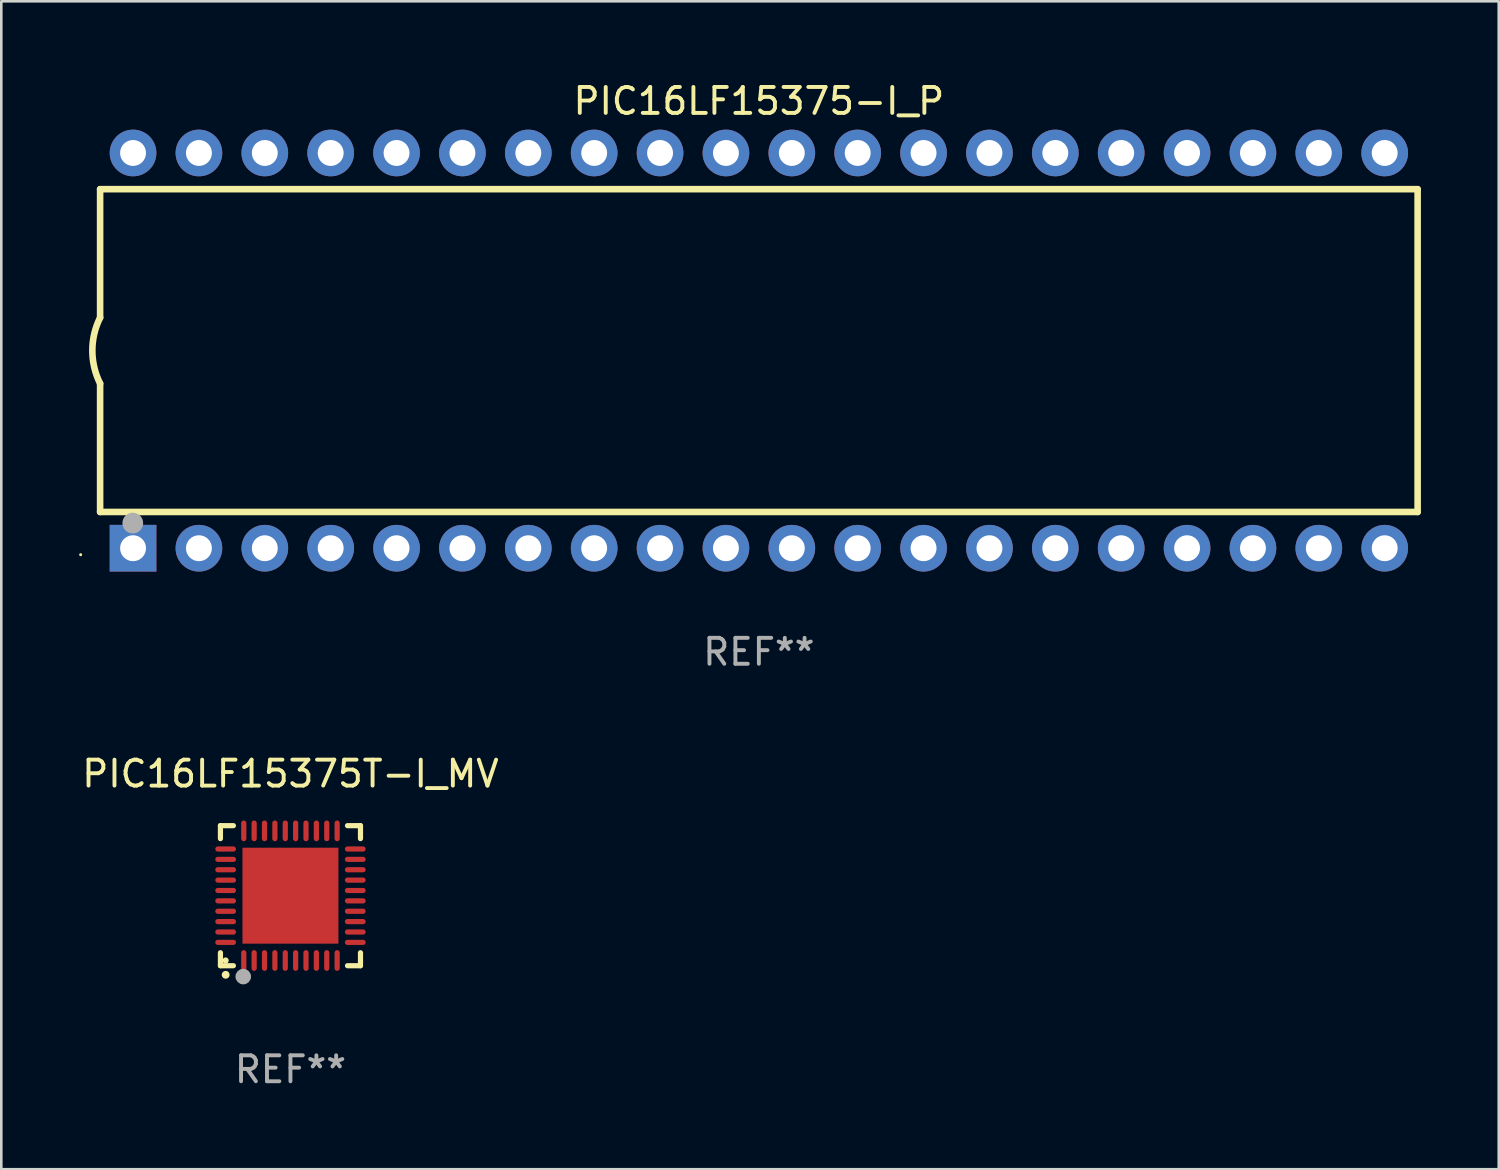
<source format=kicad_pcb>
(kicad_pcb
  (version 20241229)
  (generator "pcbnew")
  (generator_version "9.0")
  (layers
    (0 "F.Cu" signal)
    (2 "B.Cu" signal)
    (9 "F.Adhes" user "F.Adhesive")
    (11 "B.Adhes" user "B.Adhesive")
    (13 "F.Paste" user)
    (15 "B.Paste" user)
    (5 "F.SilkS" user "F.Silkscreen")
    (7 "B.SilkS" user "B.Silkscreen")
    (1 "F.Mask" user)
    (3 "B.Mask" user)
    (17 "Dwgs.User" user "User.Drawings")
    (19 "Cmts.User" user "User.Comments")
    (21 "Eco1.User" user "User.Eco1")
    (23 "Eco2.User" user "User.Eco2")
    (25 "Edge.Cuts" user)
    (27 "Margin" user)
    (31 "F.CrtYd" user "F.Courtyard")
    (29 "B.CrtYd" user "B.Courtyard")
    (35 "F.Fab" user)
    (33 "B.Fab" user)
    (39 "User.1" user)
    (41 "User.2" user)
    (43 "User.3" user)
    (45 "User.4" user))
  (footprint "PIC16LF15375-I_P"
    (layer "F.Cu")
    (at 26.21 10.468)
    (property "Reference" "PIC16LF15375-I_P" (at 0 -9.62 0) (layer "F.SilkS") (effects (font (size 1 1) (thickness 0.15))))
    (attr through_hole)
    (fp_line (start -25.4 -6.224) (end -25.4 -1.271) (stroke (width 0.254) (type solid)) (layer "F.SilkS"))
    (fp_line (start -25.4 -6.224) (end 25.4 -6.224) (stroke (width 0.254) (type solid)) (layer "F.SilkS"))
    (fp_line (start -25.4 1.269) (end -25.4 6.222) (stroke (width 0.254) (type solid)) (layer "F.SilkS"))
    (fp_line (start -25.4 6.222) (end 25.4 6.222) (stroke (width 0.254) (type solid)) (layer "F.SilkS"))
    (fp_line (start 25.4 6.222) (end 25.4 -6.224) (stroke (width 0.254) (type solid)) (layer "F.SilkS"))
    (fp_arc (start -25.4 1.269241) (mid -25.699807 -0.000762) (end -25.4 -1.270765) (stroke (width 0.254001) (type solid)) (layer "F.SilkS"))
    (fp_circle (center -26.15 7.87) (end -26.12 7.87) (stroke (width 0.06) (type solid)) (fill no) (layer "F.SilkS"))
    (fp_circle (center -24.14 6.65) (end -23.94 6.65) (stroke (width 0.4) (type solid)) (fill no) (layer "F.Fab"))
    (fp_text user "REF**" (at 0 11.62 0) (layer "F.Fab") (effects (font (size 1 1) (thickness 0.15))))
    (pad "1" thru_hole rect (at -24.13 7.62 90) (size 1.8 1.8) (drill 1) (layers "*.Cu" "*.Mask"))
    (pad "2" thru_hole circle (at -21.59 7.62) (size 1.8 1.8) (drill 1) (layers "*.Cu" "*.Mask"))
    (pad "3" thru_hole circle (at -19.05 7.62) (size 1.8 1.8) (drill 1) (layers "*.Cu" "*.Mask"))
    (pad "4" thru_hole circle (at -16.51 7.62) (size 1.8 1.8) (drill 1) (layers "*.Cu" "*.Mask"))
    (pad "5" thru_hole circle (at -13.97 7.62) (size 1.8 1.8) (drill 1) (layers "*.Cu" "*.Mask"))
    (pad "6" thru_hole circle (at -11.43 7.62) (size 1.8 1.8) (drill 1) (layers "*.Cu" "*.Mask"))
    (pad "7" thru_hole circle (at -8.89 7.62) (size 1.8 1.8) (drill 1) (layers "*.Cu" "*.Mask"))
    (pad "8" thru_hole circle (at -6.35 7.62) (size 1.8 1.8) (drill 1) (layers "*.Cu" "*.Mask"))
    (pad "9" thru_hole circle (at -3.81 7.62) (size 1.8 1.8) (drill 1) (layers "*.Cu" "*.Mask"))
    (pad "10" thru_hole circle (at -1.27 7.62) (size 1.8 1.8) (drill 1) (layers "*.Cu" "*.Mask"))
    (pad "11" thru_hole circle (at 1.27 7.62) (size 1.8 1.8) (drill 1) (layers "*.Cu" "*.Mask"))
    (pad "12" thru_hole circle (at 3.81 7.62) (size 1.8 1.8) (drill 1) (layers "*.Cu" "*.Mask"))
    (pad "13" thru_hole circle (at 6.35 7.62) (size 1.8 1.8) (drill 1) (layers "*.Cu" "*.Mask"))
    (pad "14" thru_hole circle (at 8.89 7.62) (size 1.8 1.8) (drill 1) (layers "*.Cu" "*.Mask"))
    (pad "15" thru_hole circle (at 11.43 7.62) (size 1.8 1.8) (drill 1) (layers "*.Cu" "*.Mask"))
    (pad "16" thru_hole circle (at 13.97 7.62) (size 1.8 1.8) (drill 1) (layers "*.Cu" "*.Mask"))
    (pad "17" thru_hole circle (at 16.51 7.62) (size 1.8 1.8) (drill 1) (layers "*.Cu" "*.Mask"))
    (pad "18" thru_hole circle (at 19.05 7.62) (size 1.8 1.8) (drill 1) (layers "*.Cu" "*.Mask"))
    (pad "19" thru_hole circle (at 21.59 7.62) (size 1.8 1.8) (drill 1) (layers "*.Cu" "*.Mask"))
    (pad "20" thru_hole circle (at 24.13 7.62) (size 1.8 1.8) (drill 1) (layers "*.Cu" "*.Mask"))
    (pad "21" thru_hole circle (at 24.13 -7.62) (size 1.8 1.8) (drill 1) (layers "*.Cu" "*.Mask"))
    (pad "22" thru_hole circle (at 21.59 -7.62) (size 1.8 1.8) (drill 1) (layers "*.Cu" "*.Mask"))
    (pad "23" thru_hole circle (at 19.05 -7.62) (size 1.8 1.8) (drill 1) (layers "*.Cu" "*.Mask"))
    (pad "24" thru_hole circle (at 16.51 -7.62) (size 1.8 1.8) (drill 1) (layers "*.Cu" "*.Mask"))
    (pad "25" thru_hole circle (at 13.97 -7.62) (size 1.8 1.8) (drill 1) (layers "*.Cu" "*.Mask"))
    (pad "26" thru_hole circle (at 11.43 -7.62) (size 1.8 1.8) (drill 1) (layers "*.Cu" "*.Mask"))
    (pad "27" thru_hole circle (at 8.89 -7.62) (size 1.8 1.8) (drill 1) (layers "*.Cu" "*.Mask"))
    (pad "28" thru_hole circle (at 6.35 -7.62) (size 1.8 1.8) (drill 1) (layers "*.Cu" "*.Mask"))
    (pad "29" thru_hole circle (at 3.81 -7.62) (size 1.8 1.8) (drill 1) (layers "*.Cu" "*.Mask"))
    (pad "30" thru_hole circle (at 1.27 -7.62) (size 1.8 1.8) (drill 1) (layers "*.Cu" "*.Mask"))
    (pad "31" thru_hole circle (at -1.27 -7.62) (size 1.8 1.8) (drill 1) (layers "*.Cu" "*.Mask"))
    (pad "32" thru_hole circle (at -3.81 -7.62) (size 1.8 1.8) (drill 1) (layers "*.Cu" "*.Mask"))
    (pad "33" thru_hole circle (at -6.35 -7.62) (size 1.8 1.8) (drill 1) (layers "*.Cu" "*.Mask"))
    (pad "34" thru_hole circle (at -8.89 -7.62) (size 1.8 1.8) (drill 1) (layers "*.Cu" "*.Mask"))
    (pad "35" thru_hole circle (at -11.43 -7.62) (size 1.8 1.8) (drill 1) (layers "*.Cu" "*.Mask"))
    (pad "36" thru_hole circle (at -13.97 -7.62) (size 1.8 1.8) (drill 1) (layers "*.Cu" "*.Mask"))
    (pad "37" thru_hole circle (at -16.51 -7.62) (size 1.8 1.8) (drill 1) (layers "*.Cu" "*.Mask"))
    (pad "38" thru_hole circle (at -19.05 -7.62) (size 1.8 1.8) (drill 1) (layers "*.Cu" "*.Mask"))
    (pad "39" thru_hole circle (at -21.59 -7.62) (size 1.8 1.8) (drill 1) (layers "*.Cu" "*.Mask"))
    (pad "40" thru_hole circle (at -24.13 -7.62) (size 1.8 1.8) (drill 1) (layers "*.Cu" "*.Mask")))
  (footprint "PIC16LF15375T-I_MV"
    (layer "F.Cu")
    (at 8.149 31.485)
    (property "Reference" "PIC16LF15375T-I_MV" (at 0 -4.7 0) (layer "F.SilkS") (effects (font (size 1 1) (thickness 0.15))))
    (attr through_hole)
    (fp_line (start -2.7 -2.7) (end -2.7 -2.2) (stroke (width 0.2) (type solid)) (layer "F.SilkS"))
    (fp_line (start -2.7 2.7) (end -2.7 2.2) (stroke (width 0.2) (type solid)) (layer "F.SilkS"))
    (fp_line (start -2.2 -2.7) (end -2.7 -2.7) (stroke (width 0.2) (type solid)) (layer "F.SilkS"))
    (fp_line (start -2.2 2.7) (end -2.7 2.7) (stroke (width 0.2) (type solid)) (layer "F.SilkS"))
    (fp_line (start 2.7 -2.7) (end 2.2 -2.7) (stroke (width 0.2) (type solid)) (layer "F.SilkS"))
    (fp_line (start 2.7 -2.2) (end 2.7 -2.7) (stroke (width 0.2) (type solid)) (layer "F.SilkS"))
    (fp_line (start 2.7 2.2) (end 2.7 2.7) (stroke (width 0.2) (type solid)) (layer "F.SilkS"))
    (fp_line (start 2.7 2.7) (end 2.2 2.7) (stroke (width 0.2) (type solid)) (layer "F.SilkS"))
    (fp_arc (start -2.499365 3.050546) (mid -2.498095 3.050541) (end -2.496825 3.050546) (stroke (width 0.3) (type solid)) (layer "F.SilkS"))
    (fp_circle (center -2.5 2.5) (end -2.44 2.5) (stroke (width 0.12) (type solid)) (fill no) (layer "F.SilkS"))
    (fp_circle (center -1.82 3.12) (end -1.67 3.12) (stroke (width 0.3) (type solid)) (fill no) (layer "F.Fab"))
    (fp_text user "REF**" (at 0 6.7 0) (layer "F.Fab") (effects (font (size 1 1) (thickness 0.15))))
    (pad "1" smd oval (at -1.8 2.499) (size 0.2 0.8) (layers "F.Cu" "F.Mask" "F.Paste"))
    (pad "2" smd oval (at -1.4 2.499) (size 0.2 0.8) (layers "F.Cu" "F.Mask" "F.Paste"))
    (pad "3" smd oval (at -1 2.499) (size 0.2 0.8) (layers "F.Cu" "F.Mask" "F.Paste"))
    (pad "4" smd oval (at -0.6 2.499) (size 0.2 0.8) (layers "F.Cu" "F.Mask" "F.Paste"))
    (pad "5" smd oval (at -0.2 2.499) (size 0.2 0.8) (layers "F.Cu" "F.Mask" "F.Paste"))
    (pad "6" smd oval (at 0.2 2.499) (size 0.2 0.8) (layers "F.Cu" "F.Mask" "F.Paste"))
    (pad "7" smd oval (at 0.6 2.499) (size 0.2 0.8) (layers "F.Cu" "F.Mask" "F.Paste"))
    (pad "8" smd oval (at 1 2.499) (size 0.2 0.8) (layers "F.Cu" "F.Mask" "F.Paste"))
    (pad "9" smd oval (at 1.4 2.499) (size 0.2 0.8) (layers "F.Cu" "F.Mask" "F.Paste"))
    (pad "10" smd oval (at 1.8 2.499) (size 0.2 0.8) (layers "F.Cu" "F.Mask" "F.Paste"))
    (pad "11" smd oval (at 2.499 1.8) (size 0.8 0.2) (layers "F.Cu" "F.Mask" "F.Paste"))
    (pad "12" smd oval (at 2.499 1.4) (size 0.8 0.2) (layers "F.Cu" "F.Mask" "F.Paste"))
    (pad "13" smd oval (at 2.499 1) (size 0.8 0.2) (layers "F.Cu" "F.Mask" "F.Paste"))
    (pad "14" smd oval (at 2.499 0.6) (size 0.8 0.2) (layers "F.Cu" "F.Mask" "F.Paste"))
    (pad "15" smd oval (at 2.499 0.2) (size 0.8 0.2) (layers "F.Cu" "F.Mask" "F.Paste"))
    (pad "16" smd oval (at 2.499 -0.2) (size 0.8 0.2) (layers "F.Cu" "F.Mask" "F.Paste"))
    (pad "17" smd oval (at 2.499 -0.6) (size 0.8 0.2) (layers "F.Cu" "F.Mask" "F.Paste"))
    (pad "18" smd oval (at 2.499 -1) (size 0.8 0.2) (layers "F.Cu" "F.Mask" "F.Paste"))
    (pad "19" smd oval (at 2.499 -1.4) (size 0.8 0.2) (layers "F.Cu" "F.Mask" "F.Paste"))
    (pad "20" smd oval (at 2.499 -1.8) (size 0.8 0.2) (layers "F.Cu" "F.Mask" "F.Paste"))
    (pad "21" smd oval (at 1.8 -2.499) (size 0.2 0.8) (layers "F.Cu" "F.Mask" "F.Paste"))
    (pad "22" smd oval (at 1.4 -2.499) (size 0.2 0.8) (layers "F.Cu" "F.Mask" "F.Paste"))
    (pad "23" smd oval (at 1 -2.499) (size 0.2 0.8) (layers "F.Cu" "F.Mask" "F.Paste"))
    (pad "24" smd oval (at 0.6 -2.499) (size 0.2 0.8) (layers "F.Cu" "F.Mask" "F.Paste"))
    (pad "25" smd oval (at 0.2 -2.499) (size 0.2 0.8) (layers "F.Cu" "F.Mask" "F.Paste"))
    (pad "26" smd oval (at -0.2 -2.499) (size 0.2 0.8) (layers "F.Cu" "F.Mask" "F.Paste"))
    (pad "27" smd oval (at -0.6 -2.499) (size 0.2 0.8) (layers "F.Cu" "F.Mask" "F.Paste"))
    (pad "28" smd oval (at -1 -2.499) (size 0.2 0.8) (layers "F.Cu" "F.Mask" "F.Paste"))
    (pad "29" smd oval (at -1.4 -2.499) (size 0.2 0.8) (layers "F.Cu" "F.Mask" "F.Paste"))
    (pad "30" smd oval (at -1.8 -2.499) (size 0.2 0.8) (layers "F.Cu" "F.Mask" "F.Paste"))
    (pad "31" smd oval (at -2.499 -1.8) (size 0.8 0.2) (layers "F.Cu" "F.Mask" "F.Paste"))
    (pad "32" smd oval (at -2.499 -1.4) (size 0.8 0.2) (layers "F.Cu" "F.Mask" "F.Paste"))
    (pad "33" smd oval (at -2.499 -1) (size 0.8 0.2) (layers "F.Cu" "F.Mask" "F.Paste"))
    (pad "34" smd oval (at -2.499 -0.6) (size 0.8 0.2) (layers "F.Cu" "F.Mask" "F.Paste"))
    (pad "35" smd oval (at -2.499 -0.2) (size 0.8 0.2) (layers "F.Cu" "F.Mask" "F.Paste"))
    (pad "36" smd oval (at -2.499 0.2) (size 0.8 0.2) (layers "F.Cu" "F.Mask" "F.Paste"))
    (pad "37" smd oval (at -2.499 0.6) (size 0.8 0.2) (layers "F.Cu" "F.Mask" "F.Paste"))
    (pad "38" smd oval (at -2.499 1) (size 0.8 0.2) (layers "F.Cu" "F.Mask" "F.Paste"))
    (pad "39" smd oval (at -2.499 1.4) (size 0.8 0.2) (layers "F.Cu" "F.Mask" "F.Paste"))
    (pad "40" smd oval (at -2.499 1.8) (size 0.8 0.2) (layers "F.Cu" "F.Mask" "F.Paste"))
    (pad "41" smd rect (at 0 0) (size 3.7 3.7) (layers "F.Cu" "F.Mask" "F.Paste")))
  (gr_rect
    (start -3 -3)
    (end 54.737 42.033)
    (stroke (width 0.1) (type default))
    (fill no)
    (layer "Edge.Cuts")))
</source>
